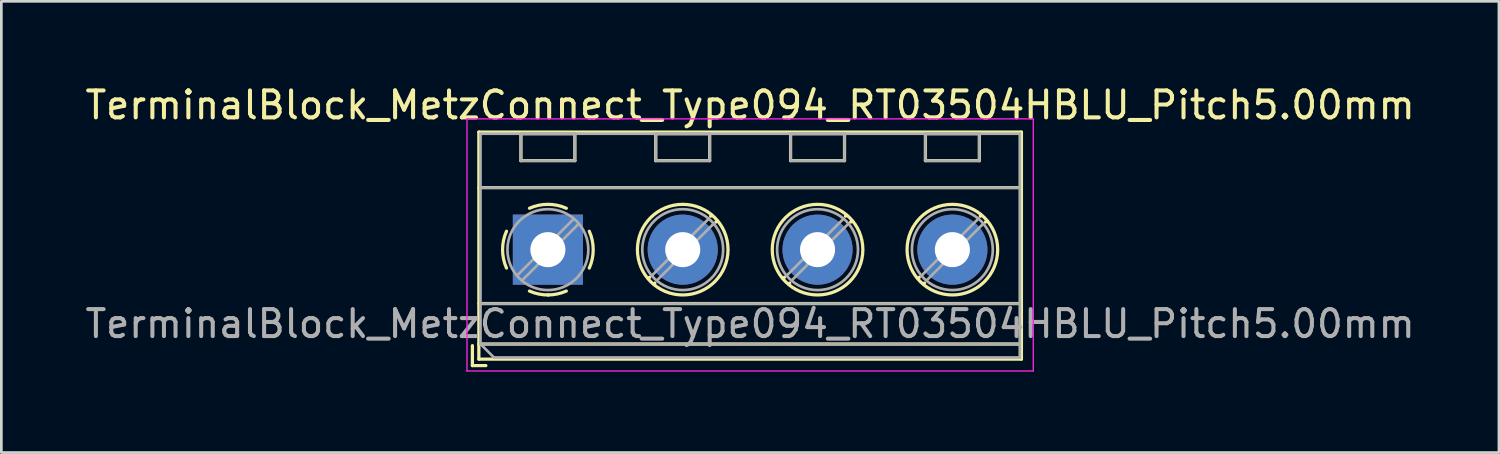
<source format=kicad_pcb>
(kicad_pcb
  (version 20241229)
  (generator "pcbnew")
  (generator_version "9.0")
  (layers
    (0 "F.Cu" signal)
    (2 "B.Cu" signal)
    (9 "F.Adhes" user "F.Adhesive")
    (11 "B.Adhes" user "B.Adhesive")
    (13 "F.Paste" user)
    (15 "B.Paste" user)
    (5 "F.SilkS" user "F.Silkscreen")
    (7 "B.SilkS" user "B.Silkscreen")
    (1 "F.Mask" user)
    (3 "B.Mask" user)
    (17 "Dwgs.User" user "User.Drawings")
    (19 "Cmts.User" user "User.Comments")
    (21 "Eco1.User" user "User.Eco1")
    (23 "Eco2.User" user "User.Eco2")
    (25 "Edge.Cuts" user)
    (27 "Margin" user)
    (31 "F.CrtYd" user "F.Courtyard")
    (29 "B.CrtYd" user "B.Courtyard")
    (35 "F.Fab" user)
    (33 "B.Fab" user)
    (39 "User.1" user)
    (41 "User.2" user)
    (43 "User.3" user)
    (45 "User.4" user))
  (footprint "TerminalBlock_MetzConnect_Type094_RT03504HBLU_Pitch5.00mm"
    (layer "F.Cu")
    (at 17.268 6.208)
    (property "Reference" "TerminalBlock_MetzConnect_Type094_RT03504HBLU_Pitch5.00mm" (at 7.5 -5.36 0) (layer "F.SilkS") (effects (font (size 1 1) (thickness 0.15))))
    (attr through_hole)
    (fp_line (start -2.8 3.56) (end -2.8 4.3) (stroke (width 0.12) (type solid)) (layer "F.SilkS"))
    (fp_line (start -2.8 4.3) (end -2.3 4.3) (stroke (width 0.12) (type solid)) (layer "F.SilkS"))
    (fp_line (start -2.56 -4.36) (end -2.56 4.06) (stroke (width 0.12) (type solid)) (layer "F.SilkS"))
    (fp_line (start -2.56 -2.3) (end 17.56 -2.3) (stroke (width 0.12) (type solid)) (layer "F.SilkS"))
    (fp_line (start -2.56 2) (end 17.56 2) (stroke (width 0.12) (type solid)) (layer "F.SilkS"))
    (fp_line (start -2.56 3.5) (end 17.56 3.5) (stroke (width 0.12) (type solid)) (layer "F.SilkS"))
    (fp_line (start -2.56 4.06) (end 17.56 4.06) (stroke (width 0.12) (type solid)) (layer "F.SilkS"))
    (fp_line (start -1 -4.3) (end -1 -3.3) (stroke (width 0.12) (type solid)) (layer "F.SilkS"))
    (fp_line (start -1 -4.3) (end 1 -4.3) (stroke (width 0.12) (type solid)) (layer "F.SilkS"))
    (fp_line (start -1 -3.3) (end 1 -3.3) (stroke (width 0.12) (type solid)) (layer "F.SilkS"))
    (fp_line (start 1 -4.3) (end 1 -3.3) (stroke (width 0.12) (type solid)) (layer "F.SilkS"))
    (fp_line (start 3.773 1.023) (end 3.726 1.069) (stroke (width 0.12) (type solid)) (layer "F.SilkS"))
    (fp_line (start 3.966 1.239) (end 3.931 1.274) (stroke (width 0.12) (type solid)) (layer "F.SilkS"))
    (fp_line (start 4 -4.3) (end 4 -3.3) (stroke (width 0.12) (type solid)) (layer "F.SilkS"))
    (fp_line (start 4 -4.3) (end 6 -4.3) (stroke (width 0.12) (type solid)) (layer "F.SilkS"))
    (fp_line (start 4 -3.3) (end 6 -3.3) (stroke (width 0.12) (type solid)) (layer "F.SilkS"))
    (fp_line (start 6 -4.3) (end 6 -3.3) (stroke (width 0.12) (type solid)) (layer "F.SilkS"))
    (fp_line (start 6.07 -1.275) (end 6.035 -1.239) (stroke (width 0.12) (type solid)) (layer "F.SilkS"))
    (fp_line (start 6.275 -1.069) (end 6.228 -1.023) (stroke (width 0.12) (type solid)) (layer "F.SilkS"))
    (fp_line (start 8.773 1.023) (end 8.726 1.069) (stroke (width 0.12) (type solid)) (layer "F.SilkS"))
    (fp_line (start 8.966 1.239) (end 8.931 1.274) (stroke (width 0.12) (type solid)) (layer "F.SilkS"))
    (fp_line (start 9 -4.3) (end 9 -3.3) (stroke (width 0.12) (type solid)) (layer "F.SilkS"))
    (fp_line (start 9 -4.3) (end 11 -4.3) (stroke (width 0.12) (type solid)) (layer "F.SilkS"))
    (fp_line (start 9 -3.3) (end 11 -3.3) (stroke (width 0.12) (type solid)) (layer "F.SilkS"))
    (fp_line (start 11 -4.3) (end 11 -3.3) (stroke (width 0.12) (type solid)) (layer "F.SilkS"))
    (fp_line (start 11.07 -1.275) (end 11.035 -1.239) (stroke (width 0.12) (type solid)) (layer "F.SilkS"))
    (fp_line (start 11.275 -1.069) (end 11.228 -1.023) (stroke (width 0.12) (type solid)) (layer "F.SilkS"))
    (fp_line (start 13.773 1.023) (end 13.726 1.069) (stroke (width 0.12) (type solid)) (layer "F.SilkS"))
    (fp_line (start 13.966 1.239) (end 13.931 1.274) (stroke (width 0.12) (type solid)) (layer "F.SilkS"))
    (fp_line (start 14 -4.3) (end 14 -3.3) (stroke (width 0.12) (type solid)) (layer "F.SilkS"))
    (fp_line (start 14 -4.3) (end 16 -4.3) (stroke (width 0.12) (type solid)) (layer "F.SilkS"))
    (fp_line (start 14 -3.3) (end 16 -3.3) (stroke (width 0.12) (type solid)) (layer "F.SilkS"))
    (fp_line (start 16 -4.3) (end 16 -3.3) (stroke (width 0.12) (type solid)) (layer "F.SilkS"))
    (fp_line (start 16.07 -1.275) (end 16.035 -1.239) (stroke (width 0.12) (type solid)) (layer "F.SilkS"))
    (fp_line (start 16.275 -1.069) (end 16.228 -1.023) (stroke (width 0.12) (type solid)) (layer "F.SilkS"))
    (fp_line (start 17.56 -4.36) (end -2.56 -4.36) (stroke (width 0.12) (type solid)) (layer "F.SilkS"))
    (fp_line (start 17.56 4.06) (end 17.56 -4.36) (stroke (width 0.12) (type solid)) (layer "F.SilkS"))
    (fp_arc (start -1.535427 0.683042) (mid -1.680501 -0.000524) (end -1.535 -0.684) (stroke (width 0.12) (type solid)) (layer "F.SilkS"))
    (fp_arc (start -0.683042 -1.535427) (mid 0.000524 -1.680501) (end 0.684 -1.535) (stroke (width 0.12) (type solid)) (layer "F.SilkS"))
    (fp_arc (start 0.028805 1.680253) (mid -0.335551 1.646659) (end -0.684 1.535) (stroke (width 0.12) (type solid)) (layer "F.SilkS"))
    (fp_arc (start 0.683318 1.534756) (mid 0.349292 1.643288) (end 0 1.68) (stroke (width 0.12) (type solid)) (layer "F.SilkS"))
    (fp_arc (start 1.535427 -0.683042) (mid 1.680501 0.000524) (end 1.535 0.684) (stroke (width 0.12) (type solid)) (layer "F.SilkS"))
    (fp_circle (center 5 0) (end 6.68 0) (stroke (width 0.12) (type solid)) (fill no) (layer "F.SilkS"))
    (fp_circle (center 10 0) (end 11.68 0) (stroke (width 0.12) (type solid)) (fill no) (layer "F.SilkS"))
    (fp_circle (center 15 0) (end 16.68 0) (stroke (width 0.12) (type solid)) (fill no) (layer "F.SilkS"))
    (fp_line (start -3 -4.85) (end -3 4.5) (stroke (width 0.05) (type solid)) (layer "F.CrtYd"))
    (fp_line (start -3 4.5) (end 18 4.5) (stroke (width 0.05) (type solid)) (layer "F.CrtYd"))
    (fp_line (start 18 -4.85) (end -3 -4.85) (stroke (width 0.05) (type solid)) (layer "F.CrtYd"))
    (fp_line (start 18 4.5) (end 18 -4.85) (stroke (width 0.05) (type solid)) (layer "F.CrtYd"))
    (fp_line (start -2.5 -4.3) (end 17.5 -4.3) (stroke (width 0.1) (type solid)) (layer "F.Fab"))
    (fp_line (start -2.5 -2.3) (end 17.5 -2.3) (stroke (width 0.1) (type solid)) (layer "F.Fab"))
    (fp_line (start -2.5 2) (end 17.5 2) (stroke (width 0.1) (type solid)) (layer "F.Fab"))
    (fp_line (start -2.5 3.5) (end -2.5 -4.3) (stroke (width 0.1) (type solid)) (layer "F.Fab"))
    (fp_line (start -2.5 3.5) (end 17.5 3.5) (stroke (width 0.1) (type solid)) (layer "F.Fab"))
    (fp_line (start -2 4) (end -2.5 3.5) (stroke (width 0.1) (type solid)) (layer "F.Fab"))
    (fp_line (start -1 -4.3) (end -1 -3.3) (stroke (width 0.1) (type solid)) (layer "F.Fab"))
    (fp_line (start -1 -3.3) (end 1 -3.3) (stroke (width 0.1) (type solid)) (layer "F.Fab"))
    (fp_line (start 0.955 -1.138) (end -1.138 0.955) (stroke (width 0.1) (type solid)) (layer "F.Fab"))
    (fp_line (start 1 -4.3) (end -1 -4.3) (stroke (width 0.1) (type solid)) (layer "F.Fab"))
    (fp_line (start 1 -3.3) (end 1 -4.3) (stroke (width 0.1) (type solid)) (layer "F.Fab"))
    (fp_line (start 1.138 -0.955) (end -0.955 1.138) (stroke (width 0.1) (type solid)) (layer "F.Fab"))
    (fp_line (start 4 -4.3) (end 4 -3.3) (stroke (width 0.1) (type solid)) (layer "F.Fab"))
    (fp_line (start 4 -3.3) (end 6 -3.3) (stroke (width 0.1) (type solid)) (layer "F.Fab"))
    (fp_line (start 5.955 -1.138) (end 3.863 0.955) (stroke (width 0.1) (type solid)) (layer "F.Fab"))
    (fp_line (start 6 -4.3) (end 4 -4.3) (stroke (width 0.1) (type solid)) (layer "F.Fab"))
    (fp_line (start 6 -3.3) (end 6 -4.3) (stroke (width 0.1) (type solid)) (layer "F.Fab"))
    (fp_line (start 6.138 -0.955) (end 4.046 1.138) (stroke (width 0.1) (type solid)) (layer "F.Fab"))
    (fp_line (start 9 -4.3) (end 9 -3.3) (stroke (width 0.1) (type solid)) (layer "F.Fab"))
    (fp_line (start 9 -3.3) (end 11 -3.3) (stroke (width 0.1) (type solid)) (layer "F.Fab"))
    (fp_line (start 10.955 -1.138) (end 8.863 0.955) (stroke (width 0.1) (type solid)) (layer "F.Fab"))
    (fp_line (start 11 -4.3) (end 9 -4.3) (stroke (width 0.1) (type solid)) (layer "F.Fab"))
    (fp_line (start 11 -3.3) (end 11 -4.3) (stroke (width 0.1) (type solid)) (layer "F.Fab"))
    (fp_line (start 11.138 -0.955) (end 9.046 1.138) (stroke (width 0.1) (type solid)) (layer "F.Fab"))
    (fp_line (start 14 -4.3) (end 14 -3.3) (stroke (width 0.1) (type solid)) (layer "F.Fab"))
    (fp_line (start 14 -3.3) (end 16 -3.3) (stroke (width 0.1) (type solid)) (layer "F.Fab"))
    (fp_line (start 15.955 -1.138) (end 13.863 0.955) (stroke (width 0.1) (type solid)) (layer "F.Fab"))
    (fp_line (start 16 -4.3) (end 14 -4.3) (stroke (width 0.1) (type solid)) (layer "F.Fab"))
    (fp_line (start 16 -3.3) (end 16 -4.3) (stroke (width 0.1) (type solid)) (layer "F.Fab"))
    (fp_line (start 16.138 -0.955) (end 14.046 1.138) (stroke (width 0.1) (type solid)) (layer "F.Fab"))
    (fp_line (start 17.5 -4.3) (end 17.5 4) (stroke (width 0.1) (type solid)) (layer "F.Fab"))
    (fp_line (start 17.5 4) (end -2 4) (stroke (width 0.1) (type solid)) (layer "F.Fab"))
    (fp_circle (center 0 0) (end 1.5 0) (stroke (width 0.1) (type solid)) (fill no) (layer "F.Fab"))
    (fp_circle (center 5 0) (end 6.5 0) (stroke (width 0.1) (type solid)) (fill no) (layer "F.Fab"))
    (fp_circle (center 10 0) (end 11.5 0) (stroke (width 0.1) (type solid)) (fill no) (layer "F.Fab"))
    (fp_circle (center 15 0) (end 16.5 0) (stroke (width 0.1) (type solid)) (fill no) (layer "F.Fab"))
    (fp_text user "${REFERENCE}" (at 7.5 2.75 0) (layer "F.Fab") (effects (font (size 1 1) (thickness 0.15))))
    (pad "1" thru_hole rect (at 0 0) (size 2.6 2.6) (drill 1.3) (layers "*.Cu" "*.Mask"))
    (pad "2" thru_hole circle (at 5 0) (size 2.6 2.6) (drill 1.3) (layers "*.Cu" "*.Mask"))
    (pad "3" thru_hole circle (at 10 0) (size 2.6 2.6) (drill 1.3) (layers "*.Cu" "*.Mask"))
    (pad "4" thru_hole circle (at 15 0) (size 2.6 2.6) (drill 1.3) (layers "*.Cu" "*.Mask")))
  (gr_rect
    (start -3 -3)
    (end 52.536 13.733)
    (stroke (width 0.1) (type default))
    (fill no)
    (layer "Edge.Cuts")))
</source>
